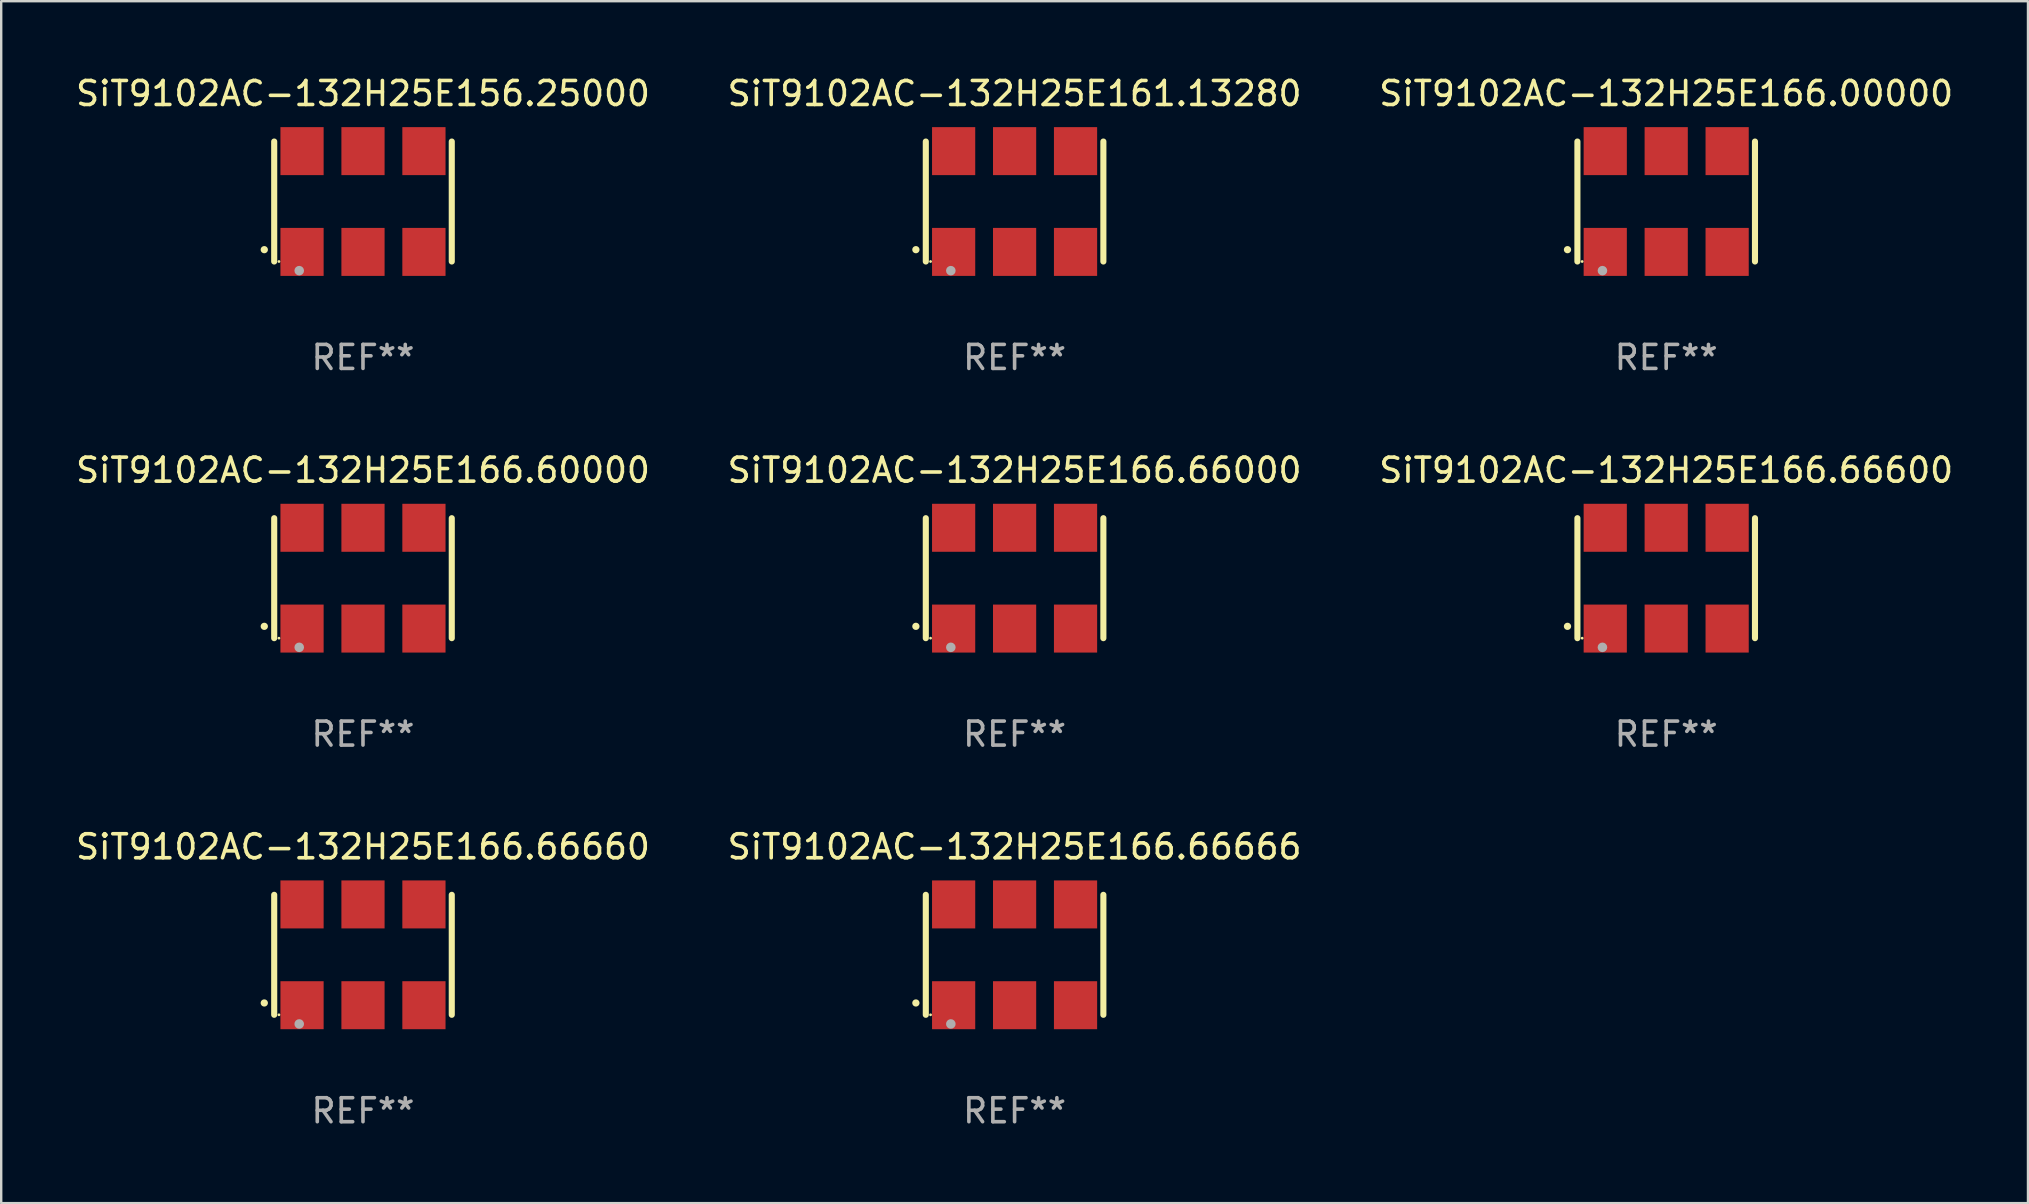
<source format=kicad_pcb>
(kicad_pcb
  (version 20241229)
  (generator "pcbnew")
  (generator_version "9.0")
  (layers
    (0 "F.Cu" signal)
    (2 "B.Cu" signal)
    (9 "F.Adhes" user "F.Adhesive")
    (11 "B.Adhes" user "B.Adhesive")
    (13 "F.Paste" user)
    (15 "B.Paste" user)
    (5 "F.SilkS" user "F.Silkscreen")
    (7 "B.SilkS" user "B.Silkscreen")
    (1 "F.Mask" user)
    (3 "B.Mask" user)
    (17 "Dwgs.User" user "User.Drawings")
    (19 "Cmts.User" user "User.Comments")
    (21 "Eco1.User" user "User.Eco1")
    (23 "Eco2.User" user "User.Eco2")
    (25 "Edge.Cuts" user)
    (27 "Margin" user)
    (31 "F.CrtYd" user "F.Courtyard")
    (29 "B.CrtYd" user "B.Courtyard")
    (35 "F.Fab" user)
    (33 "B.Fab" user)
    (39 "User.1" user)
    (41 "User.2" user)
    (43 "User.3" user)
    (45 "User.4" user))
  (footprint "SiT9102AC-132H25E166.66666"
    (layer "F.Cu")
    (at 39.232 36.741)
    (property "Reference" "SiT9102AC-132H25E166.66666" (at 0 -4.5 0) (layer "F.SilkS") (effects (font (size 1 1) (thickness 0.15))))
    (attr through_hole)
    (fp_line (start -3.7 -2.5) (end -3.7 2.5) (stroke (width 0.254) (type solid)) (layer "F.SilkS"))
    (fp_line (start 3.7 -2.5) (end 3.7 2.5) (stroke (width 0.254) (type solid)) (layer "F.SilkS"))
    (fp_arc (start -4.114415 2.006604) (mid -4.113145 2.006599) (end -4.111875 2.006604) (stroke (width 0.3) (type solid)) (layer "F.SilkS"))
    (fp_circle (center -3.502 2.5) (end -3.472 2.5) (stroke (width 0.06) (type solid)) (fill no) (layer "F.SilkS"))
    (fp_circle (center -2.657 2.882) (end -2.557 2.882) (stroke (width 0.2) (type solid)) (fill no) (layer "F.Fab"))
    (fp_text user "REF**" (at 0 6.5 0) (layer "F.Fab") (effects (font (size 1 1) (thickness 0.15))))
    (pad "1" smd rect (at -2.54 2.1) (size 1.8 2) (layers "F.Cu" "F.Mask" "F.Paste"))
    (pad "2" smd rect (at 0.000394 2.1) (size 1.8 2) (layers "F.Cu" "F.Mask" "F.Paste"))
    (pad "3" smd rect (at 2.54 2.1) (size 1.8 2) (layers "F.Cu" "F.Mask" "F.Paste"))
    (pad "4" smd rect (at 2.54 -2.1) (size 1.8 2) (layers "F.Cu" "F.Mask" "F.Paste"))
    (pad "5" smd rect (at 0.000394 -2.1) (size 1.8 2) (layers "F.Cu" "F.Mask" "F.Paste"))
    (pad "6" smd rect (at -2.54 -2.1) (size 1.8 2) (layers "F.Cu" "F.Mask" "F.Paste")))
  (footprint "SiT9102AC-132H25E156.25000"
    (layer "F.Cu")
    (at 12.077 5.348)
    (property "Reference" "SiT9102AC-132H25E156.25000" (at 0 -4.5 0) (layer "F.SilkS") (effects (font (size 1 1) (thickness 0.15))))
    (attr through_hole)
    (fp_line (start -3.7 -2.5) (end -3.7 2.5) (stroke (width 0.254) (type solid)) (layer "F.SilkS"))
    (fp_line (start 3.7 -2.5) (end 3.7 2.5) (stroke (width 0.254) (type solid)) (layer "F.SilkS"))
    (fp_arc (start -4.114415 2.006604) (mid -4.113145 2.006599) (end -4.111875 2.006604) (stroke (width 0.3) (type solid)) (layer "F.SilkS"))
    (fp_circle (center -3.502 2.5) (end -3.472 2.5) (stroke (width 0.06) (type solid)) (fill no) (layer "F.SilkS"))
    (fp_circle (center -2.657 2.882) (end -2.557 2.882) (stroke (width 0.2) (type solid)) (fill no) (layer "F.Fab"))
    (fp_text user "REF**" (at 0 6.5 0) (layer "F.Fab") (effects (font (size 1 1) (thickness 0.15))))
    (pad "1" smd rect (at -2.54 2.1) (size 1.8 2) (layers "F.Cu" "F.Mask" "F.Paste"))
    (pad "2" smd rect (at 0.000394 2.1) (size 1.8 2) (layers "F.Cu" "F.Mask" "F.Paste"))
    (pad "3" smd rect (at 2.54 2.1) (size 1.8 2) (layers "F.Cu" "F.Mask" "F.Paste"))
    (pad "4" smd rect (at 2.54 -2.1) (size 1.8 2) (layers "F.Cu" "F.Mask" "F.Paste"))
    (pad "5" smd rect (at 0.000394 -2.1) (size 1.8 2) (layers "F.Cu" "F.Mask" "F.Paste"))
    (pad "6" smd rect (at -2.54 -2.1) (size 1.8 2) (layers "F.Cu" "F.Mask" "F.Paste")))
  (footprint "SiT9102AC-132H25E166.66000"
    (layer "F.Cu")
    (at 39.232 21.045)
    (property "Reference" "SiT9102AC-132H25E166.66000" (at 0 -4.5 0) (layer "F.SilkS") (effects (font (size 1 1) (thickness 0.15))))
    (attr through_hole)
    (fp_line (start -3.7 -2.5) (end -3.7 2.5) (stroke (width 0.254) (type solid)) (layer "F.SilkS"))
    (fp_line (start 3.7 -2.5) (end 3.7 2.5) (stroke (width 0.254) (type solid)) (layer "F.SilkS"))
    (fp_arc (start -4.114415 2.006604) (mid -4.113145 2.006599) (end -4.111875 2.006604) (stroke (width 0.3) (type solid)) (layer "F.SilkS"))
    (fp_circle (center -3.502 2.5) (end -3.472 2.5) (stroke (width 0.06) (type solid)) (fill no) (layer "F.SilkS"))
    (fp_circle (center -2.657 2.882) (end -2.557 2.882) (stroke (width 0.2) (type solid)) (fill no) (layer "F.Fab"))
    (fp_text user "REF**" (at 0 6.5 0) (layer "F.Fab") (effects (font (size 1 1) (thickness 0.15))))
    (pad "1" smd rect (at -2.54 2.1) (size 1.8 2) (layers "F.Cu" "F.Mask" "F.Paste"))
    (pad "2" smd rect (at 0.000394 2.1) (size 1.8 2) (layers "F.Cu" "F.Mask" "F.Paste"))
    (pad "3" smd rect (at 2.54 2.1) (size 1.8 2) (layers "F.Cu" "F.Mask" "F.Paste"))
    (pad "4" smd rect (at 2.54 -2.1) (size 1.8 2) (layers "F.Cu" "F.Mask" "F.Paste"))
    (pad "5" smd rect (at 0.000394 -2.1) (size 1.8 2) (layers "F.Cu" "F.Mask" "F.Paste"))
    (pad "6" smd rect (at -2.54 -2.1) (size 1.8 2) (layers "F.Cu" "F.Mask" "F.Paste")))
  (footprint "SiT9102AC-132H25E166.60000"
    (layer "F.Cu")
    (at 12.077 21.045)
    (property "Reference" "SiT9102AC-132H25E166.60000" (at 0 -4.5 0) (layer "F.SilkS") (effects (font (size 1 1) (thickness 0.15))))
    (attr through_hole)
    (fp_line (start -3.7 -2.5) (end -3.7 2.5) (stroke (width 0.254) (type solid)) (layer "F.SilkS"))
    (fp_line (start 3.7 -2.5) (end 3.7 2.5) (stroke (width 0.254) (type solid)) (layer "F.SilkS"))
    (fp_arc (start -4.114415 2.006604) (mid -4.113145 2.006599) (end -4.111875 2.006604) (stroke (width 0.3) (type solid)) (layer "F.SilkS"))
    (fp_circle (center -3.502 2.5) (end -3.472 2.5) (stroke (width 0.06) (type solid)) (fill no) (layer "F.SilkS"))
    (fp_circle (center -2.657 2.882) (end -2.557 2.882) (stroke (width 0.2) (type solid)) (fill no) (layer "F.Fab"))
    (fp_text user "REF**" (at 0 6.5 0) (layer "F.Fab") (effects (font (size 1 1) (thickness 0.15))))
    (pad "1" smd rect (at -2.54 2.1) (size 1.8 2) (layers "F.Cu" "F.Mask" "F.Paste"))
    (pad "2" smd rect (at 0.000394 2.1) (size 1.8 2) (layers "F.Cu" "F.Mask" "F.Paste"))
    (pad "3" smd rect (at 2.54 2.1) (size 1.8 2) (layers "F.Cu" "F.Mask" "F.Paste"))
    (pad "4" smd rect (at 2.54 -2.1) (size 1.8 2) (layers "F.Cu" "F.Mask" "F.Paste"))
    (pad "5" smd rect (at 0.000394 -2.1) (size 1.8 2) (layers "F.Cu" "F.Mask" "F.Paste"))
    (pad "6" smd rect (at -2.54 -2.1) (size 1.8 2) (layers "F.Cu" "F.Mask" "F.Paste")))
  (footprint "SiT9102AC-132H25E166.66600"
    (layer "F.Cu")
    (at 66.387 21.045)
    (property "Reference" "SiT9102AC-132H25E166.66600" (at 0 -4.5 0) (layer "F.SilkS") (effects (font (size 1 1) (thickness 0.15))))
    (attr through_hole)
    (fp_line (start -3.7 -2.5) (end -3.7 2.5) (stroke (width 0.254) (type solid)) (layer "F.SilkS"))
    (fp_line (start 3.7 -2.5) (end 3.7 2.5) (stroke (width 0.254) (type solid)) (layer "F.SilkS"))
    (fp_arc (start -4.114415 2.006604) (mid -4.113145 2.006599) (end -4.111875 2.006604) (stroke (width 0.3) (type solid)) (layer "F.SilkS"))
    (fp_circle (center -3.502 2.5) (end -3.472 2.5) (stroke (width 0.06) (type solid)) (fill no) (layer "F.SilkS"))
    (fp_circle (center -2.657 2.882) (end -2.557 2.882) (stroke (width 0.2) (type solid)) (fill no) (layer "F.Fab"))
    (fp_text user "REF**" (at 0 6.5 0) (layer "F.Fab") (effects (font (size 1 1) (thickness 0.15))))
    (pad "1" smd rect (at -2.54 2.1) (size 1.8 2) (layers "F.Cu" "F.Mask" "F.Paste"))
    (pad "2" smd rect (at 0.000394 2.1) (size 1.8 2) (layers "F.Cu" "F.Mask" "F.Paste"))
    (pad "3" smd rect (at 2.54 2.1) (size 1.8 2) (layers "F.Cu" "F.Mask" "F.Paste"))
    (pad "4" smd rect (at 2.54 -2.1) (size 1.8 2) (layers "F.Cu" "F.Mask" "F.Paste"))
    (pad "5" smd rect (at 0.000394 -2.1) (size 1.8 2) (layers "F.Cu" "F.Mask" "F.Paste"))
    (pad "6" smd rect (at -2.54 -2.1) (size 1.8 2) (layers "F.Cu" "F.Mask" "F.Paste")))
  (footprint "SiT9102AC-132H25E166.00000"
    (layer "F.Cu")
    (at 66.387 5.348)
    (property "Reference" "SiT9102AC-132H25E166.00000" (at 0 -4.5 0) (layer "F.SilkS") (effects (font (size 1 1) (thickness 0.15))))
    (attr through_hole)
    (fp_line (start -3.7 -2.5) (end -3.7 2.5) (stroke (width 0.254) (type solid)) (layer "F.SilkS"))
    (fp_line (start 3.7 -2.5) (end 3.7 2.5) (stroke (width 0.254) (type solid)) (layer "F.SilkS"))
    (fp_arc (start -4.114415 2.006604) (mid -4.113145 2.006599) (end -4.111875 2.006604) (stroke (width 0.3) (type solid)) (layer "F.SilkS"))
    (fp_circle (center -3.502 2.5) (end -3.472 2.5) (stroke (width 0.06) (type solid)) (fill no) (layer "F.SilkS"))
    (fp_circle (center -2.657 2.882) (end -2.557 2.882) (stroke (width 0.2) (type solid)) (fill no) (layer "F.Fab"))
    (fp_text user "REF**" (at 0 6.5 0) (layer "F.Fab") (effects (font (size 1 1) (thickness 0.15))))
    (pad "1" smd rect (at -2.54 2.1) (size 1.8 2) (layers "F.Cu" "F.Mask" "F.Paste"))
    (pad "2" smd rect (at 0.000394 2.1) (size 1.8 2) (layers "F.Cu" "F.Mask" "F.Paste"))
    (pad "3" smd rect (at 2.54 2.1) (size 1.8 2) (layers "F.Cu" "F.Mask" "F.Paste"))
    (pad "4" smd rect (at 2.54 -2.1) (size 1.8 2) (layers "F.Cu" "F.Mask" "F.Paste"))
    (pad "5" smd rect (at 0.000394 -2.1) (size 1.8 2) (layers "F.Cu" "F.Mask" "F.Paste"))
    (pad "6" smd rect (at -2.54 -2.1) (size 1.8 2) (layers "F.Cu" "F.Mask" "F.Paste")))
  (footprint "SiT9102AC-132H25E161.13280"
    (layer "F.Cu")
    (at 39.232 5.348)
    (property "Reference" "SiT9102AC-132H25E161.13280" (at 0 -4.5 0) (layer "F.SilkS") (effects (font (size 1 1) (thickness 0.15))))
    (attr through_hole)
    (fp_line (start -3.7 -2.5) (end -3.7 2.5) (stroke (width 0.254) (type solid)) (layer "F.SilkS"))
    (fp_line (start 3.7 -2.5) (end 3.7 2.5) (stroke (width 0.254) (type solid)) (layer "F.SilkS"))
    (fp_arc (start -4.114415 2.006604) (mid -4.113145 2.006599) (end -4.111875 2.006604) (stroke (width 0.3) (type solid)) (layer "F.SilkS"))
    (fp_circle (center -3.502 2.5) (end -3.472 2.5) (stroke (width 0.06) (type solid)) (fill no) (layer "F.SilkS"))
    (fp_circle (center -2.657 2.882) (end -2.557 2.882) (stroke (width 0.2) (type solid)) (fill no) (layer "F.Fab"))
    (fp_text user "REF**" (at 0 6.5 0) (layer "F.Fab") (effects (font (size 1 1) (thickness 0.15))))
    (pad "1" smd rect (at -2.54 2.1) (size 1.8 2) (layers "F.Cu" "F.Mask" "F.Paste"))
    (pad "2" smd rect (at 0.000394 2.1) (size 1.8 2) (layers "F.Cu" "F.Mask" "F.Paste"))
    (pad "3" smd rect (at 2.54 2.1) (size 1.8 2) (layers "F.Cu" "F.Mask" "F.Paste"))
    (pad "4" smd rect (at 2.54 -2.1) (size 1.8 2) (layers "F.Cu" "F.Mask" "F.Paste"))
    (pad "5" smd rect (at 0.000394 -2.1) (size 1.8 2) (layers "F.Cu" "F.Mask" "F.Paste"))
    (pad "6" smd rect (at -2.54 -2.1) (size 1.8 2) (layers "F.Cu" "F.Mask" "F.Paste")))
  (footprint "SiT9102AC-132H25E166.66660"
    (layer "F.Cu")
    (at 12.077 36.741)
    (property "Reference" "SiT9102AC-132H25E166.66660" (at 0 -4.5 0) (layer "F.SilkS") (effects (font (size 1 1) (thickness 0.15))))
    (attr through_hole)
    (fp_line (start -3.7 -2.5) (end -3.7 2.5) (stroke (width 0.254) (type solid)) (layer "F.SilkS"))
    (fp_line (start 3.7 -2.5) (end 3.7 2.5) (stroke (width 0.254) (type solid)) (layer "F.SilkS"))
    (fp_arc (start -4.114415 2.006604) (mid -4.113145 2.006599) (end -4.111875 2.006604) (stroke (width 0.3) (type solid)) (layer "F.SilkS"))
    (fp_circle (center -3.502 2.5) (end -3.472 2.5) (stroke (width 0.06) (type solid)) (fill no) (layer "F.SilkS"))
    (fp_circle (center -2.657 2.882) (end -2.557 2.882) (stroke (width 0.2) (type solid)) (fill no) (layer "F.Fab"))
    (fp_text user "REF**" (at 0 6.5 0) (layer "F.Fab") (effects (font (size 1 1) (thickness 0.15))))
    (pad "1" smd rect (at -2.54 2.1) (size 1.8 2) (layers "F.Cu" "F.Mask" "F.Paste"))
    (pad "2" smd rect (at 0.000394 2.1) (size 1.8 2) (layers "F.Cu" "F.Mask" "F.Paste"))
    (pad "3" smd rect (at 2.54 2.1) (size 1.8 2) (layers "F.Cu" "F.Mask" "F.Paste"))
    (pad "4" smd rect (at 2.54 -2.1) (size 1.8 2) (layers "F.Cu" "F.Mask" "F.Paste"))
    (pad "5" smd rect (at 0.000394 -2.1) (size 1.8 2) (layers "F.Cu" "F.Mask" "F.Paste"))
    (pad "6" smd rect (at -2.54 -2.1) (size 1.8 2) (layers "F.Cu" "F.Mask" "F.Paste")))
  (gr_rect
    (start -3 -3)
    (end 81.464 47.09)
    (stroke (width 0.1) (type default))
    (fill no)
    (layer "Edge.Cuts")))
</source>
